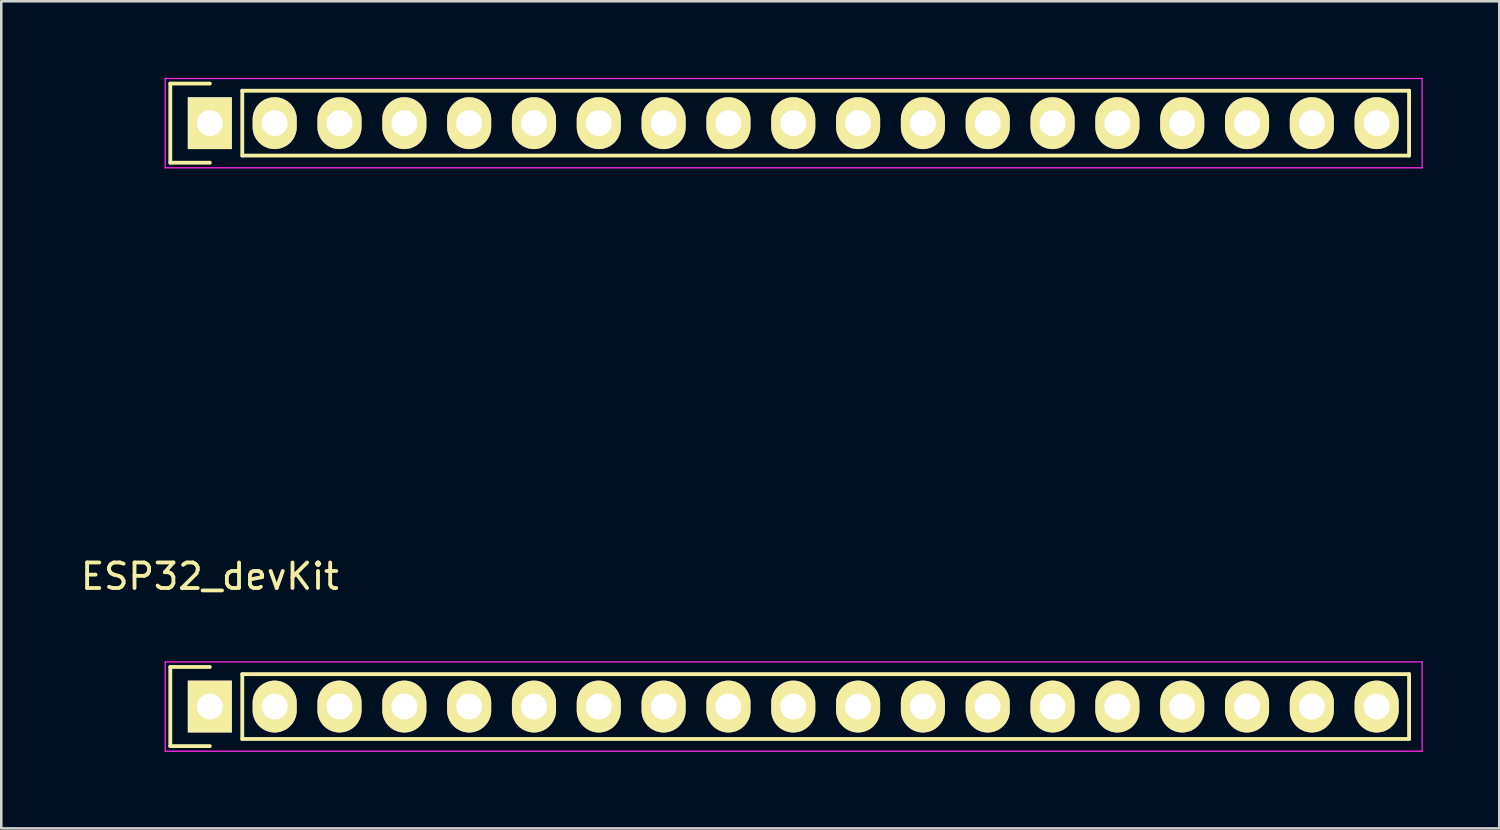
<source format=kicad_pcb>
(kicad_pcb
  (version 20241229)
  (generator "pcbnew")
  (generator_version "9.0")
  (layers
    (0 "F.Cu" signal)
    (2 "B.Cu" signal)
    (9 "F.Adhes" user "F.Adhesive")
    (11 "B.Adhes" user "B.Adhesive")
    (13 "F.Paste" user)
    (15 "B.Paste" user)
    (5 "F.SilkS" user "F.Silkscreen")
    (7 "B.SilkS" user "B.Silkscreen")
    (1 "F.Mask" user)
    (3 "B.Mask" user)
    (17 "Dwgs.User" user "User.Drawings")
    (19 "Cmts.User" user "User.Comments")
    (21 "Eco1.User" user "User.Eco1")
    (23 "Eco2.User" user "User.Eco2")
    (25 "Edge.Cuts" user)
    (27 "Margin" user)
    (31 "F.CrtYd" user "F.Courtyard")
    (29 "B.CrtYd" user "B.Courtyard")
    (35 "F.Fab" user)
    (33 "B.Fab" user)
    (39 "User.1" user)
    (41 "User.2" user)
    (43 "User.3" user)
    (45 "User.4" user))
  (footprint "ESP32_devKit"
    (layer "F.Cu")
    (at 5.173 24.635)
    (property "Reference" "ESP32_devKit" (at 0 -5.1 0) (layer "F.SilkS") (effects (font (size 1 1) (thickness 0.15))))
    (attr through_hole)
    (fp_line (start -1.55 -24.41) (end -1.55 -21.31) (stroke (width 0.15) (type solid)) (layer "F.SilkS"))
    (fp_line (start -1.55 -21.31) (end 0 -21.31) (stroke (width 0.15) (type solid)) (layer "F.SilkS"))
    (fp_line (start -1.55 -1.55) (end -1.55 1.55) (stroke (width 0.15) (type solid)) (layer "F.SilkS"))
    (fp_line (start -1.55 1.55) (end 0 1.55) (stroke (width 0.15) (type solid)) (layer "F.SilkS"))
    (fp_line (start 0 -24.41) (end -1.55 -24.41) (stroke (width 0.15) (type solid)) (layer "F.SilkS"))
    (fp_line (start 0 -1.55) (end -1.55 -1.55) (stroke (width 0.15) (type solid)) (layer "F.SilkS"))
    (fp_line (start 1.27 -21.59) (end 1.27 -24.13) (stroke (width 0.15) (type solid)) (layer "F.SilkS"))
    (fp_line (start 1.27 -21.59) (end 46.99 -21.59) (stroke (width 0.15) (type solid)) (layer "F.SilkS"))
    (fp_line (start 1.27 1.27) (end 1.27 -1.27) (stroke (width 0.15) (type solid)) (layer "F.SilkS"))
    (fp_line (start 1.27 1.27) (end 46.99 1.27) (stroke (width 0.15) (type solid)) (layer "F.SilkS"))
    (fp_line (start 46.99 -24.13) (end 1.27 -24.13) (stroke (width 0.15) (type solid)) (layer "F.SilkS"))
    (fp_line (start 46.99 -21.59) (end 46.99 -24.13) (stroke (width 0.15) (type solid)) (layer "F.SilkS"))
    (fp_line (start 46.99 -1.27) (end 1.27 -1.27) (stroke (width 0.15) (type solid)) (layer "F.SilkS"))
    (fp_line (start 46.99 1.27) (end 46.99 -1.27) (stroke (width 0.15) (type solid)) (layer "F.SilkS"))
    (fp_line (start -1.75 -24.61) (end -1.75 -21.11) (stroke (width 0.05) (type solid)) (layer "F.CrtYd"))
    (fp_line (start -1.75 -24.61) (end 47.5 -24.61) (stroke (width 0.05) (type solid)) (layer "F.CrtYd"))
    (fp_line (start -1.75 -21.11) (end 47.5 -21.11) (stroke (width 0.05) (type solid)) (layer "F.CrtYd"))
    (fp_line (start -1.75 -1.75) (end -1.75 1.75) (stroke (width 0.05) (type solid)) (layer "F.CrtYd"))
    (fp_line (start -1.75 -1.75) (end 47.5 -1.75) (stroke (width 0.05) (type solid)) (layer "F.CrtYd"))
    (fp_line (start -1.75 1.75) (end 47.5 1.75) (stroke (width 0.05) (type solid)) (layer "F.CrtYd"))
    (fp_line (start 47.5 -24.61) (end 47.5 -21.11) (stroke (width 0.05) (type solid)) (layer "F.CrtYd"))
    (fp_line (start 47.5 -1.75) (end 47.5 1.75) (stroke (width 0.05) (type solid)) (layer "F.CrtYd"))
    (pad "1" thru_hole rect (at 0 0) (size 1.727 2.032) (drill 1.016) (layers "*.Cu" "*.Mask" "F.SilkS"))
    (pad "2" thru_hole oval (at 2.54 0) (size 1.727 2.032) (drill 1.016) (layers "*.Cu" "*.Mask" "F.SilkS"))
    (pad "3" thru_hole oval (at 5.08 0) (size 1.727 2.032) (drill 1.016) (layers "*.Cu" "*.Mask" "F.SilkS"))
    (pad "4" thru_hole oval (at 7.62 0) (size 1.727 2.032) (drill 1.016) (layers "*.Cu" "*.Mask" "F.SilkS"))
    (pad "5" thru_hole oval (at 10.16 0) (size 1.727 2.032) (drill 1.016) (layers "*.Cu" "*.Mask" "F.SilkS"))
    (pad "6" thru_hole oval (at 12.7 0) (size 1.727 2.032) (drill 1.016) (layers "*.Cu" "*.Mask" "F.SilkS"))
    (pad "7" thru_hole oval (at 15.24 0) (size 1.727 2.032) (drill 1.016) (layers "*.Cu" "*.Mask" "F.SilkS"))
    (pad "8" thru_hole oval (at 17.78 0) (size 1.727 2.032) (drill 1.016) (layers "*.Cu" "*.Mask" "F.SilkS"))
    (pad "9" thru_hole oval (at 20.32 0) (size 1.727 2.032) (drill 1.016) (layers "*.Cu" "*.Mask" "F.SilkS"))
    (pad "10" thru_hole oval (at 22.86 0) (size 1.727 2.032) (drill 1.016) (layers "*.Cu" "*.Mask" "F.SilkS"))
    (pad "11" thru_hole oval (at 25.4 0) (size 1.727 2.032) (drill 1.016) (layers "*.Cu" "*.Mask" "F.SilkS"))
    (pad "12" thru_hole oval (at 27.94 0) (size 1.727 2.032) (drill 1.016) (layers "*.Cu" "*.Mask" "F.SilkS"))
    (pad "13" thru_hole oval (at 30.48 0) (size 1.727 2.032) (drill 1.016) (layers "*.Cu" "*.Mask" "F.SilkS"))
    (pad "14" thru_hole oval (at 33.02 0) (size 1.727 2.032) (drill 1.016) (layers "*.Cu" "*.Mask" "F.SilkS"))
    (pad "15" thru_hole oval (at 35.56 0) (size 1.727 2.032) (drill 1.016) (layers "*.Cu" "*.Mask" "F.SilkS"))
    (pad "16" thru_hole oval (at 38.1 0) (size 1.727 2.032) (drill 1.016) (layers "*.Cu" "*.Mask" "F.SilkS"))
    (pad "17" thru_hole oval (at 40.64 0) (size 1.727 2.032) (drill 1.016) (layers "*.Cu" "*.Mask" "F.SilkS"))
    (pad "18" thru_hole oval (at 43.18 0) (size 1.727 2.032) (drill 1.016) (layers "*.Cu" "*.Mask" "F.SilkS"))
    (pad "19" thru_hole oval (at 45.72 0) (size 1.727 2.032) (drill 1.016) (layers "*.Cu" "*.Mask" "F.SilkS"))
    (pad "20" thru_hole oval (at 45.72 -22.86) (size 1.727 2.032) (drill 1.016) (layers "*.Cu" "*.Mask" "F.SilkS"))
    (pad "21" thru_hole oval (at 43.18 -22.86) (size 1.727 2.032) (drill 1.016) (layers "*.Cu" "*.Mask" "F.SilkS"))
    (pad "22" thru_hole oval (at 40.64 -22.86) (size 1.727 2.032) (drill 1.016) (layers "*.Cu" "*.Mask" "F.SilkS"))
    (pad "23" thru_hole oval (at 38.1 -22.86) (size 1.727 2.032) (drill 1.016) (layers "*.Cu" "*.Mask" "F.SilkS"))
    (pad "24" thru_hole oval (at 35.56 -22.86) (size 1.727 2.032) (drill 1.016) (layers "*.Cu" "*.Mask" "F.SilkS"))
    (pad "25" thru_hole oval (at 33.02 -22.86) (size 1.727 2.032) (drill 1.016) (layers "*.Cu" "*.Mask" "F.SilkS"))
    (pad "26" thru_hole oval (at 30.48 -22.86) (size 1.727 2.032) (drill 1.016) (layers "*.Cu" "*.Mask" "F.SilkS"))
    (pad "27" thru_hole oval (at 27.94 -22.86) (size 1.727 2.032) (drill 1.016) (layers "*.Cu" "*.Mask" "F.SilkS"))
    (pad "28" thru_hole oval (at 25.4 -22.86) (size 1.727 2.032) (drill 1.016) (layers "*.Cu" "*.Mask" "F.SilkS"))
    (pad "29" thru_hole oval (at 22.86 -22.86) (size 1.727 2.032) (drill 1.016) (layers "*.Cu" "*.Mask" "F.SilkS"))
    (pad "30" thru_hole oval (at 20.32 -22.86) (size 1.727 2.032) (drill 1.016) (layers "*.Cu" "*.Mask" "F.SilkS"))
    (pad "31" thru_hole oval (at 17.78 -22.86) (size 1.727 2.032) (drill 1.016) (layers "*.Cu" "*.Mask" "F.SilkS"))
    (pad "32" thru_hole oval (at 15.24 -22.86) (size 1.727 2.032) (drill 1.016) (layers "*.Cu" "*.Mask" "F.SilkS"))
    (pad "33" thru_hole oval (at 12.7 -22.86) (size 1.727 2.032) (drill 1.016) (layers "*.Cu" "*.Mask" "F.SilkS"))
    (pad "34" thru_hole oval (at 10.16 -22.86) (size 1.727 2.032) (drill 1.016) (layers "*.Cu" "*.Mask" "F.SilkS"))
    (pad "35" thru_hole oval (at 7.62 -22.86) (size 1.727 2.032) (drill 1.016) (layers "*.Cu" "*.Mask" "F.SilkS"))
    (pad "36" thru_hole oval (at 5.08 -22.86) (size 1.727 2.032) (drill 1.016) (layers "*.Cu" "*.Mask" "F.SilkS"))
    (pad "37" thru_hole oval (at 2.54 -22.86) (size 1.727 2.032) (drill 1.016) (layers "*.Cu" "*.Mask" "F.SilkS"))
    (pad "38" thru_hole rect (at 0 -22.86) (size 1.727 2.032) (drill 1.016) (layers "*.Cu" "*.Mask" "F.SilkS")))
  (gr_rect
    (start -3 -3)
    (end 55.698 29.41)
    (stroke (width 0.1) (type default))
    (fill no)
    (layer "Edge.Cuts")))
</source>
